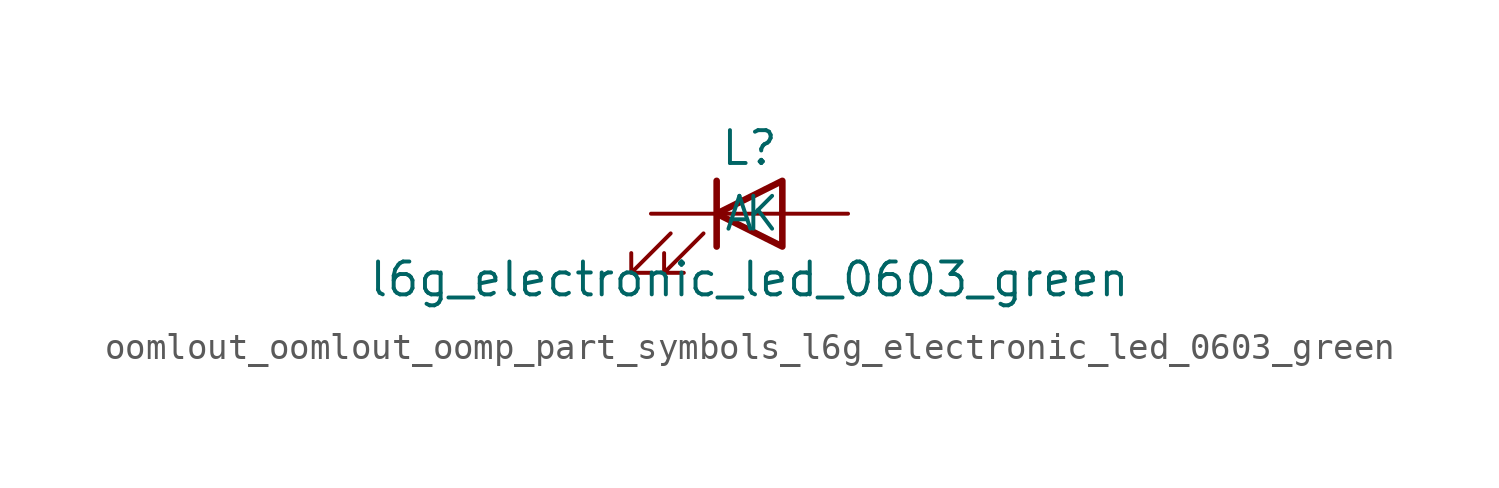
<source format=kicad_sym>
(kicad_symbol_lib
  (version 20220914)
  (generator kicad_symbol_editor)
  (symbol "oomlout_oomlout_oomp_part_symbols_l6g_electronic_led_0603_green"
    (pin_numbers hide)
    (pin_names
      (offset 1.016))
    (property "Reference" "L"
      (at 0 2.54 0)
      (effects (font (size 1.27 1.27))))
    (property "Value" "l6g_electronic_led_0603_green"
      (at 0 -2.54 0)
      (effects (font (size 1.27 1.27))))
    (symbol "oomlout_oomlout_oomp_part_symbols_l6g_electronic_led_0603_green_0_1"
      (polyline (pts (xy -1.27 -1.27) (xy -1.27 1.27)) (stroke (width 0.254) (type default)) (fill (type none)))
      (polyline (pts (xy -1.27 0) (xy 1.27 0)) (stroke (width 0) (type default)) (fill (type none)))
      (polyline (pts (xy 1.27 -1.27) (xy 1.27 1.27) (xy -1.27 0) (xy 1.27 -1.27)) (stroke (width 0.254) (type default)) (fill (type none)))
      (polyline (pts (xy -3.048 -0.762) (xy -4.572 -2.286) (xy -3.81 -2.286) (xy -4.572 -2.286) (xy -4.572 -1.524)) (stroke (width 0) (type default)) (fill (type none)))
      (polyline (pts (xy -1.778 -0.762) (xy -3.302 -2.286) (xy -2.54 -2.286) (xy -3.302 -2.286) (xy -3.302 -1.524)) (stroke (width 0) (type default)) (fill (type none))))
    (symbol "oomlout_oomlout_oomp_part_symbols_l6g_electronic_led_0603_green_1_1"
      (pin passive line (at -3.81 0 0) (length 2.54) (name "K" (effects (font (size 1.27 1.27)))) (number "1" (effects (font (size 1.27 1.27)))))
      (pin passive line (at 3.81 0 180) (length 2.54) (name "A" (effects (font (size 1.27 1.27)))) (number "2" (effects (font (size 1.27 1.27))))))))
</source>
